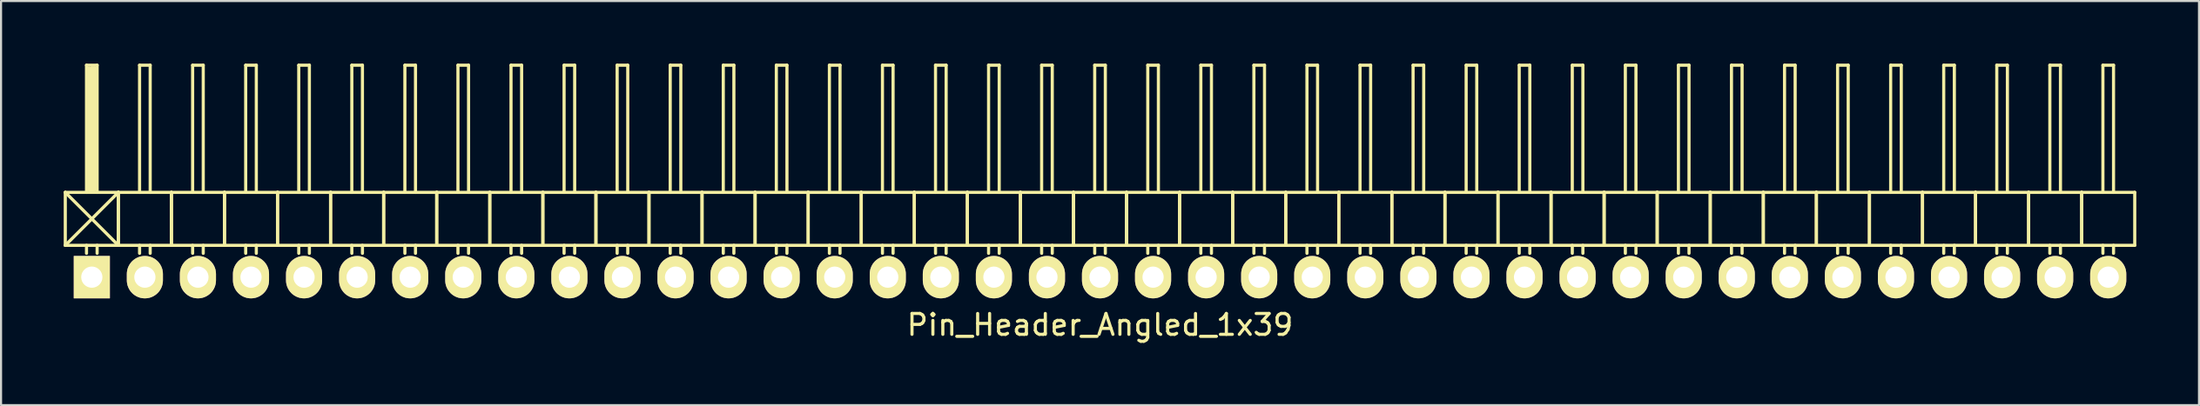
<source format=kicad_pcb>
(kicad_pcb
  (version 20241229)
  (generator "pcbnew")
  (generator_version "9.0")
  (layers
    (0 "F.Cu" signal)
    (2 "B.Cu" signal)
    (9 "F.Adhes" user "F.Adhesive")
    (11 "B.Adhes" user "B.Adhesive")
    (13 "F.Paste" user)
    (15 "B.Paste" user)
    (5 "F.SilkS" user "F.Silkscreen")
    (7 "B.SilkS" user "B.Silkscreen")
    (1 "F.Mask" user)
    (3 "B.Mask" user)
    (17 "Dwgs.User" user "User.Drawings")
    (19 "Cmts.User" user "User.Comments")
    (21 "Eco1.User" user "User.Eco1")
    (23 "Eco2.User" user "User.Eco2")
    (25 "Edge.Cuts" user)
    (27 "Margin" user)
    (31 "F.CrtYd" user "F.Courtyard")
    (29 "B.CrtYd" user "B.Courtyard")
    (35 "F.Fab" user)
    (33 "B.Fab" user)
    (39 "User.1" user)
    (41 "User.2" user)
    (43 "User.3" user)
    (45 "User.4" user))
  (footprint "Pin_Header_Angled_1x39"
    (layer "F.Cu")
    (at 49.605 10.235)
    (property "Reference" "Pin_Header_Angled_1x39" (at 0 2.286 0) (layer "F.SilkS") (effects (font (size 1 1) (thickness 0.15))))
    (attr through_hole)
    (fp_line (start -49.53 -4.064) (end -46.99 -1.524) (stroke (width 0.15) (type solid)) (layer "F.SilkS"))
    (fp_line (start -49.53 -1.524) (end -49.53 -4.064) (stroke (width 0.15) (type solid)) (layer "F.SilkS"))
    (fp_line (start -49.53 -1.524) (end -46.99 -1.524) (stroke (width 0.15) (type solid)) (layer "F.SilkS"))
    (fp_line (start -48.514 -10.16) (end -48.006 -10.16) (stroke (width 0.15) (type solid)) (layer "F.SilkS"))
    (fp_line (start -48.514 -4.064) (end -48.514 -10.16) (stroke (width 0.15) (type solid)) (layer "F.SilkS"))
    (fp_line (start -48.514 -1.524) (end -48.514 -1.143) (stroke (width 0.15) (type solid)) (layer "F.SilkS"))
    (fp_line (start -48.387 -10.033) (end -48.387 -4.191) (stroke (width 0.15) (type solid)) (layer "F.SilkS"))
    (fp_line (start -48.387 -4.191) (end -48.133 -4.191) (stroke (width 0.15) (type solid)) (layer "F.SilkS"))
    (fp_line (start -48.26 -10.033) (end -48.26 -4.191) (stroke (width 0.15) (type solid)) (layer "F.SilkS"))
    (fp_line (start -48.133 -10.033) (end -48.26 -10.033) (stroke (width 0.15) (type solid)) (layer "F.SilkS"))
    (fp_line (start -48.133 -4.191) (end -48.133 -10.033) (stroke (width 0.15) (type solid)) (layer "F.SilkS"))
    (fp_line (start -48.006 -10.16) (end -48.006 -4.064) (stroke (width 0.15) (type solid)) (layer "F.SilkS"))
    (fp_line (start -48.006 -1.524) (end -48.006 -1.143) (stroke (width 0.15) (type solid)) (layer "F.SilkS"))
    (fp_line (start -46.99 -4.064) (end -49.53 -4.064) (stroke (width 0.15) (type solid)) (layer "F.SilkS"))
    (fp_line (start -46.99 -4.064) (end -49.53 -1.524) (stroke (width 0.15) (type solid)) (layer "F.SilkS"))
    (fp_line (start -46.99 -1.524) (end -46.99 -4.064) (stroke (width 0.15) (type solid)) (layer "F.SilkS"))
    (fp_line (start -46.99 -1.524) (end -46.99 -4.064) (stroke (width 0.15) (type solid)) (layer "F.SilkS"))
    (fp_line (start -46.99 -1.524) (end -44.45 -1.524) (stroke (width 0.15) (type solid)) (layer "F.SilkS"))
    (fp_line (start -45.974 -10.16) (end -45.466 -10.16) (stroke (width 0.15) (type solid)) (layer "F.SilkS"))
    (fp_line (start -45.974 -4.064) (end -45.974 -10.16) (stroke (width 0.15) (type solid)) (layer "F.SilkS"))
    (fp_line (start -45.974 -1.524) (end -45.974 -1.143) (stroke (width 0.15) (type solid)) (layer "F.SilkS"))
    (fp_line (start -45.466 -10.16) (end -45.466 -4.064) (stroke (width 0.15) (type solid)) (layer "F.SilkS"))
    (fp_line (start -45.466 -1.524) (end -45.466 -1.143) (stroke (width 0.15) (type solid)) (layer "F.SilkS"))
    (fp_line (start -44.45 -4.064) (end -46.99 -4.064) (stroke (width 0.15) (type solid)) (layer "F.SilkS"))
    (fp_line (start -44.45 -1.524) (end -44.45 -4.064) (stroke (width 0.15) (type solid)) (layer "F.SilkS"))
    (fp_line (start -44.45 -1.524) (end -44.45 -4.064) (stroke (width 0.15) (type solid)) (layer "F.SilkS"))
    (fp_line (start -44.45 -1.524) (end -41.91 -1.524) (stroke (width 0.15) (type solid)) (layer "F.SilkS"))
    (fp_line (start -43.434 -10.16) (end -42.926 -10.16) (stroke (width 0.15) (type solid)) (layer "F.SilkS"))
    (fp_line (start -43.434 -4.064) (end -43.434 -10.16) (stroke (width 0.15) (type solid)) (layer "F.SilkS"))
    (fp_line (start -43.434 -1.524) (end -43.434 -1.143) (stroke (width 0.15) (type solid)) (layer "F.SilkS"))
    (fp_line (start -42.926 -10.16) (end -42.926 -4.064) (stroke (width 0.15) (type solid)) (layer "F.SilkS"))
    (fp_line (start -42.926 -1.524) (end -42.926 -1.143) (stroke (width 0.15) (type solid)) (layer "F.SilkS"))
    (fp_line (start -41.91 -4.064) (end -44.45 -4.064) (stroke (width 0.15) (type solid)) (layer "F.SilkS"))
    (fp_line (start -41.91 -1.524) (end -41.91 -4.064) (stroke (width 0.15) (type solid)) (layer "F.SilkS"))
    (fp_line (start -41.91 -1.524) (end -41.91 -4.064) (stroke (width 0.15) (type solid)) (layer "F.SilkS"))
    (fp_line (start -41.91 -1.524) (end -39.37 -1.524) (stroke (width 0.15) (type solid)) (layer "F.SilkS"))
    (fp_line (start -40.894 -10.16) (end -40.386 -10.16) (stroke (width 0.15) (type solid)) (layer "F.SilkS"))
    (fp_line (start -40.894 -4.064) (end -40.894 -10.16) (stroke (width 0.15) (type solid)) (layer "F.SilkS"))
    (fp_line (start -40.894 -1.524) (end -40.894 -1.143) (stroke (width 0.15) (type solid)) (layer "F.SilkS"))
    (fp_line (start -40.386 -10.16) (end -40.386 -4.064) (stroke (width 0.15) (type solid)) (layer "F.SilkS"))
    (fp_line (start -40.386 -1.524) (end -40.386 -1.143) (stroke (width 0.15) (type solid)) (layer "F.SilkS"))
    (fp_line (start -39.37 -4.064) (end -41.91 -4.064) (stroke (width 0.15) (type solid)) (layer "F.SilkS"))
    (fp_line (start -39.37 -1.524) (end -39.37 -4.064) (stroke (width 0.15) (type solid)) (layer "F.SilkS"))
    (fp_line (start -39.37 -1.524) (end -39.37 -4.064) (stroke (width 0.15) (type solid)) (layer "F.SilkS"))
    (fp_line (start -39.37 -1.524) (end -36.83 -1.524) (stroke (width 0.15) (type solid)) (layer "F.SilkS"))
    (fp_line (start -38.354 -10.16) (end -37.846 -10.16) (stroke (width 0.15) (type solid)) (layer "F.SilkS"))
    (fp_line (start -38.354 -4.064) (end -38.354 -10.16) (stroke (width 0.15) (type solid)) (layer "F.SilkS"))
    (fp_line (start -38.354 -1.524) (end -38.354 -1.143) (stroke (width 0.15) (type solid)) (layer "F.SilkS"))
    (fp_line (start -37.846 -10.16) (end -37.846 -4.064) (stroke (width 0.15) (type solid)) (layer "F.SilkS"))
    (fp_line (start -37.846 -1.524) (end -37.846 -1.143) (stroke (width 0.15) (type solid)) (layer "F.SilkS"))
    (fp_line (start -36.83 -4.064) (end -39.37 -4.064) (stroke (width 0.15) (type solid)) (layer "F.SilkS"))
    (fp_line (start -36.83 -1.524) (end -36.83 -4.064) (stroke (width 0.15) (type solid)) (layer "F.SilkS"))
    (fp_line (start -36.83 -1.524) (end -36.83 -4.064) (stroke (width 0.15) (type solid)) (layer "F.SilkS"))
    (fp_line (start -36.83 -1.524) (end -34.29 -1.524) (stroke (width 0.15) (type solid)) (layer "F.SilkS"))
    (fp_line (start -35.814 -10.16) (end -35.306 -10.16) (stroke (width 0.15) (type solid)) (layer "F.SilkS"))
    (fp_line (start -35.814 -4.064) (end -35.814 -10.16) (stroke (width 0.15) (type solid)) (layer "F.SilkS"))
    (fp_line (start -35.814 -1.524) (end -35.814 -1.143) (stroke (width 0.15) (type solid)) (layer "F.SilkS"))
    (fp_line (start -35.306 -10.16) (end -35.306 -4.064) (stroke (width 0.15) (type solid)) (layer "F.SilkS"))
    (fp_line (start -35.306 -1.524) (end -35.306 -1.143) (stroke (width 0.15) (type solid)) (layer "F.SilkS"))
    (fp_line (start -34.29 -4.064) (end -36.83 -4.064) (stroke (width 0.15) (type solid)) (layer "F.SilkS"))
    (fp_line (start -34.29 -1.524) (end -34.29 -4.064) (stroke (width 0.15) (type solid)) (layer "F.SilkS"))
    (fp_line (start -34.29 -1.524) (end -34.29 -4.064) (stroke (width 0.15) (type solid)) (layer "F.SilkS"))
    (fp_line (start -34.29 -1.524) (end -31.75 -1.524) (stroke (width 0.15) (type solid)) (layer "F.SilkS"))
    (fp_line (start -33.274 -10.16) (end -32.766 -10.16) (stroke (width 0.15) (type solid)) (layer "F.SilkS"))
    (fp_line (start -33.274 -4.064) (end -33.274 -10.16) (stroke (width 0.15) (type solid)) (layer "F.SilkS"))
    (fp_line (start -33.274 -1.524) (end -33.274 -1.143) (stroke (width 0.15) (type solid)) (layer "F.SilkS"))
    (fp_line (start -32.766 -10.16) (end -32.766 -4.064) (stroke (width 0.15) (type solid)) (layer "F.SilkS"))
    (fp_line (start -32.766 -1.524) (end -32.766 -1.143) (stroke (width 0.15) (type solid)) (layer "F.SilkS"))
    (fp_line (start -31.75 -4.064) (end -34.29 -4.064) (stroke (width 0.15) (type solid)) (layer "F.SilkS"))
    (fp_line (start -31.75 -1.524) (end -31.75 -4.064) (stroke (width 0.15) (type solid)) (layer "F.SilkS"))
    (fp_line (start -31.75 -1.524) (end -31.75 -4.064) (stroke (width 0.15) (type solid)) (layer "F.SilkS"))
    (fp_line (start -31.75 -1.524) (end -29.21 -1.524) (stroke (width 0.15) (type solid)) (layer "F.SilkS"))
    (fp_line (start -30.734 -10.16) (end -30.226 -10.16) (stroke (width 0.15) (type solid)) (layer "F.SilkS"))
    (fp_line (start -30.734 -4.064) (end -30.734 -10.16) (stroke (width 0.15) (type solid)) (layer "F.SilkS"))
    (fp_line (start -30.734 -1.524) (end -30.734 -1.143) (stroke (width 0.15) (type solid)) (layer "F.SilkS"))
    (fp_line (start -30.226 -10.16) (end -30.226 -4.064) (stroke (width 0.15) (type solid)) (layer "F.SilkS"))
    (fp_line (start -30.226 -1.524) (end -30.226 -1.143) (stroke (width 0.15) (type solid)) (layer "F.SilkS"))
    (fp_line (start -29.21 -4.064) (end -31.75 -4.064) (stroke (width 0.15) (type solid)) (layer "F.SilkS"))
    (fp_line (start -29.21 -1.524) (end -29.21 -4.064) (stroke (width 0.15) (type solid)) (layer "F.SilkS"))
    (fp_line (start -29.21 -1.524) (end -29.21 -4.064) (stroke (width 0.15) (type solid)) (layer "F.SilkS"))
    (fp_line (start -29.21 -1.524) (end -26.67 -1.524) (stroke (width 0.15) (type solid)) (layer "F.SilkS"))
    (fp_line (start -28.194 -10.16) (end -27.686 -10.16) (stroke (width 0.15) (type solid)) (layer "F.SilkS"))
    (fp_line (start -28.194 -4.064) (end -28.194 -10.16) (stroke (width 0.15) (type solid)) (layer "F.SilkS"))
    (fp_line (start -28.194 -1.524) (end -28.194 -1.143) (stroke (width 0.15) (type solid)) (layer "F.SilkS"))
    (fp_line (start -27.686 -10.16) (end -27.686 -4.064) (stroke (width 0.15) (type solid)) (layer "F.SilkS"))
    (fp_line (start -27.686 -1.524) (end -27.686 -1.143) (stroke (width 0.15) (type solid)) (layer "F.SilkS"))
    (fp_line (start -26.67 -4.064) (end -29.21 -4.064) (stroke (width 0.15) (type solid)) (layer "F.SilkS"))
    (fp_line (start -26.67 -1.524) (end -26.67 -4.064) (stroke (width 0.15) (type solid)) (layer "F.SilkS"))
    (fp_line (start -26.67 -1.524) (end -26.67 -4.064) (stroke (width 0.15) (type solid)) (layer "F.SilkS"))
    (fp_line (start -26.67 -1.524) (end -24.13 -1.524) (stroke (width 0.15) (type solid)) (layer "F.SilkS"))
    (fp_line (start -25.654 -10.16) (end -25.146 -10.16) (stroke (width 0.15) (type solid)) (layer "F.SilkS"))
    (fp_line (start -25.654 -4.064) (end -25.654 -10.16) (stroke (width 0.15) (type solid)) (layer "F.SilkS"))
    (fp_line (start -25.654 -1.524) (end -25.654 -1.143) (stroke (width 0.15) (type solid)) (layer "F.SilkS"))
    (fp_line (start -25.146 -10.16) (end -25.146 -4.064) (stroke (width 0.15) (type solid)) (layer "F.SilkS"))
    (fp_line (start -25.146 -1.524) (end -25.146 -1.143) (stroke (width 0.15) (type solid)) (layer "F.SilkS"))
    (fp_line (start -24.13 -4.064) (end -26.67 -4.064) (stroke (width 0.15) (type solid)) (layer "F.SilkS"))
    (fp_line (start -24.13 -1.524) (end -24.13 -4.064) (stroke (width 0.15) (type solid)) (layer "F.SilkS"))
    (fp_line (start -24.13 -1.524) (end -24.13 -4.064) (stroke (width 0.15) (type solid)) (layer "F.SilkS"))
    (fp_line (start -24.13 -1.524) (end -21.59 -1.524) (stroke (width 0.15) (type solid)) (layer "F.SilkS"))
    (fp_line (start -23.114 -10.16) (end -22.606 -10.16) (stroke (width 0.15) (type solid)) (layer "F.SilkS"))
    (fp_line (start -23.114 -4.064) (end -23.114 -10.16) (stroke (width 0.15) (type solid)) (layer "F.SilkS"))
    (fp_line (start -23.114 -1.524) (end -23.114 -1.143) (stroke (width 0.15) (type solid)) (layer "F.SilkS"))
    (fp_line (start -22.606 -10.16) (end -22.606 -4.064) (stroke (width 0.15) (type solid)) (layer "F.SilkS"))
    (fp_line (start -22.606 -1.524) (end -22.606 -1.143) (stroke (width 0.15) (type solid)) (layer "F.SilkS"))
    (fp_line (start -21.59 -4.064) (end -24.13 -4.064) (stroke (width 0.15) (type solid)) (layer "F.SilkS"))
    (fp_line (start -21.59 -1.524) (end -21.59 -4.064) (stroke (width 0.15) (type solid)) (layer "F.SilkS"))
    (fp_line (start -21.59 -1.524) (end -21.59 -4.064) (stroke (width 0.15) (type solid)) (layer "F.SilkS"))
    (fp_line (start -21.59 -1.524) (end -19.05 -1.524) (stroke (width 0.15) (type solid)) (layer "F.SilkS"))
    (fp_line (start -20.574 -10.16) (end -20.066 -10.16) (stroke (width 0.15) (type solid)) (layer "F.SilkS"))
    (fp_line (start -20.574 -4.064) (end -20.574 -10.16) (stroke (width 0.15) (type solid)) (layer "F.SilkS"))
    (fp_line (start -20.574 -1.524) (end -20.574 -1.143) (stroke (width 0.15) (type solid)) (layer "F.SilkS"))
    (fp_line (start -20.066 -10.16) (end -20.066 -4.064) (stroke (width 0.15) (type solid)) (layer "F.SilkS"))
    (fp_line (start -20.066 -1.524) (end -20.066 -1.143) (stroke (width 0.15) (type solid)) (layer "F.SilkS"))
    (fp_line (start -19.05 -4.064) (end -21.59 -4.064) (stroke (width 0.15) (type solid)) (layer "F.SilkS"))
    (fp_line (start -19.05 -1.524) (end -19.05 -4.064) (stroke (width 0.15) (type solid)) (layer "F.SilkS"))
    (fp_line (start -19.05 -1.524) (end -19.05 -4.064) (stroke (width 0.15) (type solid)) (layer "F.SilkS"))
    (fp_line (start -19.05 -1.524) (end -16.51 -1.524) (stroke (width 0.15) (type solid)) (layer "F.SilkS"))
    (fp_line (start -18.034 -10.16) (end -17.526 -10.16) (stroke (width 0.15) (type solid)) (layer "F.SilkS"))
    (fp_line (start -18.034 -4.064) (end -18.034 -10.16) (stroke (width 0.15) (type solid)) (layer "F.SilkS"))
    (fp_line (start -18.034 -1.524) (end -18.034 -1.143) (stroke (width 0.15) (type solid)) (layer "F.SilkS"))
    (fp_line (start -17.526 -10.16) (end -17.526 -4.064) (stroke (width 0.15) (type solid)) (layer "F.SilkS"))
    (fp_line (start -17.526 -1.524) (end -17.526 -1.143) (stroke (width 0.15) (type solid)) (layer "F.SilkS"))
    (fp_line (start -16.51 -4.064) (end -19.05 -4.064) (stroke (width 0.15) (type solid)) (layer "F.SilkS"))
    (fp_line (start -16.51 -1.524) (end -16.51 -4.064) (stroke (width 0.15) (type solid)) (layer "F.SilkS"))
    (fp_line (start -16.51 -1.524) (end -16.51 -4.064) (stroke (width 0.15) (type solid)) (layer "F.SilkS"))
    (fp_line (start -16.51 -1.524) (end -13.97 -1.524) (stroke (width 0.15) (type solid)) (layer "F.SilkS"))
    (fp_line (start -15.494 -10.16) (end -14.986 -10.16) (stroke (width 0.15) (type solid)) (layer "F.SilkS"))
    (fp_line (start -15.494 -4.064) (end -15.494 -10.16) (stroke (width 0.15) (type solid)) (layer "F.SilkS"))
    (fp_line (start -15.494 -1.524) (end -15.494 -1.143) (stroke (width 0.15) (type solid)) (layer "F.SilkS"))
    (fp_line (start -14.986 -10.16) (end -14.986 -4.064) (stroke (width 0.15) (type solid)) (layer "F.SilkS"))
    (fp_line (start -14.986 -1.524) (end -14.986 -1.143) (stroke (width 0.15) (type solid)) (layer "F.SilkS"))
    (fp_line (start -13.97 -4.064) (end -16.51 -4.064) (stroke (width 0.15) (type solid)) (layer "F.SilkS"))
    (fp_line (start -13.97 -1.524) (end -13.97 -4.064) (stroke (width 0.15) (type solid)) (layer "F.SilkS"))
    (fp_line (start -13.97 -1.524) (end -13.97 -4.064) (stroke (width 0.15) (type solid)) (layer "F.SilkS"))
    (fp_line (start -13.97 -1.524) (end -11.43 -1.524) (stroke (width 0.15) (type solid)) (layer "F.SilkS"))
    (fp_line (start -12.954 -10.16) (end -12.446 -10.16) (stroke (width 0.15) (type solid)) (layer "F.SilkS"))
    (fp_line (start -12.954 -4.064) (end -12.954 -10.16) (stroke (width 0.15) (type solid)) (layer "F.SilkS"))
    (fp_line (start -12.954 -1.524) (end -12.954 -1.143) (stroke (width 0.15) (type solid)) (layer "F.SilkS"))
    (fp_line (start -12.446 -10.16) (end -12.446 -4.064) (stroke (width 0.15) (type solid)) (layer "F.SilkS"))
    (fp_line (start -12.446 -1.524) (end -12.446 -1.143) (stroke (width 0.15) (type solid)) (layer "F.SilkS"))
    (fp_line (start -11.43 -4.064) (end -13.97 -4.064) (stroke (width 0.15) (type solid)) (layer "F.SilkS"))
    (fp_line (start -11.43 -1.524) (end -11.43 -4.064) (stroke (width 0.15) (type solid)) (layer "F.SilkS"))
    (fp_line (start -11.43 -1.524) (end -11.43 -4.064) (stroke (width 0.15) (type solid)) (layer "F.SilkS"))
    (fp_line (start -11.43 -1.524) (end -8.89 -1.524) (stroke (width 0.15) (type solid)) (layer "F.SilkS"))
    (fp_line (start -10.414 -10.16) (end -9.906 -10.16) (stroke (width 0.15) (type solid)) (layer "F.SilkS"))
    (fp_line (start -10.414 -4.064) (end -10.414 -10.16) (stroke (width 0.15) (type solid)) (layer "F.SilkS"))
    (fp_line (start -10.414 -1.524) (end -10.414 -1.143) (stroke (width 0.15) (type solid)) (layer "F.SilkS"))
    (fp_line (start -9.906 -10.16) (end -9.906 -4.064) (stroke (width 0.15) (type solid)) (layer "F.SilkS"))
    (fp_line (start -9.906 -1.524) (end -9.906 -1.143) (stroke (width 0.15) (type solid)) (layer "F.SilkS"))
    (fp_line (start -8.89 -4.064) (end -11.43 -4.064) (stroke (width 0.15) (type solid)) (layer "F.SilkS"))
    (fp_line (start -8.89 -1.524) (end -8.89 -4.064) (stroke (width 0.15) (type solid)) (layer "F.SilkS"))
    (fp_line (start -8.89 -1.524) (end -8.89 -4.064) (stroke (width 0.15) (type solid)) (layer "F.SilkS"))
    (fp_line (start -8.89 -1.524) (end -6.35 -1.524) (stroke (width 0.15) (type solid)) (layer "F.SilkS"))
    (fp_line (start -7.874 -10.16) (end -7.366 -10.16) (stroke (width 0.15) (type solid)) (layer "F.SilkS"))
    (fp_line (start -7.874 -4.064) (end -7.874 -10.16) (stroke (width 0.15) (type solid)) (layer "F.SilkS"))
    (fp_line (start -7.874 -1.524) (end -7.874 -1.143) (stroke (width 0.15) (type solid)) (layer "F.SilkS"))
    (fp_line (start -7.366 -10.16) (end -7.366 -4.064) (stroke (width 0.15) (type solid)) (layer "F.SilkS"))
    (fp_line (start -7.366 -1.524) (end -7.366 -1.143) (stroke (width 0.15) (type solid)) (layer "F.SilkS"))
    (fp_line (start -6.35 -4.064) (end -8.89 -4.064) (stroke (width 0.15) (type solid)) (layer "F.SilkS"))
    (fp_line (start -6.35 -1.524) (end -6.35 -4.064) (stroke (width 0.15) (type solid)) (layer "F.SilkS"))
    (fp_line (start -6.35 -1.524) (end -6.35 -4.064) (stroke (width 0.15) (type solid)) (layer "F.SilkS"))
    (fp_line (start -6.35 -1.524) (end -3.81 -1.524) (stroke (width 0.15) (type solid)) (layer "F.SilkS"))
    (fp_line (start -5.334 -10.16) (end -4.826 -10.16) (stroke (width 0.15) (type solid)) (layer "F.SilkS"))
    (fp_line (start -5.334 -4.064) (end -5.334 -10.16) (stroke (width 0.15) (type solid)) (layer "F.SilkS"))
    (fp_line (start -5.334 -1.524) (end -5.334 -1.143) (stroke (width 0.15) (type solid)) (layer "F.SilkS"))
    (fp_line (start -4.826 -10.16) (end -4.826 -4.064) (stroke (width 0.15) (type solid)) (layer "F.SilkS"))
    (fp_line (start -4.826 -1.524) (end -4.826 -1.143) (stroke (width 0.15) (type solid)) (layer "F.SilkS"))
    (fp_line (start -3.81 -4.064) (end -6.35 -4.064) (stroke (width 0.15) (type solid)) (layer "F.SilkS"))
    (fp_line (start -3.81 -1.524) (end -3.81 -4.064) (stroke (width 0.15) (type solid)) (layer "F.SilkS"))
    (fp_line (start -3.81 -1.524) (end -3.81 -4.064) (stroke (width 0.15) (type solid)) (layer "F.SilkS"))
    (fp_line (start -3.81 -1.524) (end -1.27 -1.524) (stroke (width 0.15) (type solid)) (layer "F.SilkS"))
    (fp_line (start -2.794 -10.16) (end -2.286 -10.16) (stroke (width 0.15) (type solid)) (layer "F.SilkS"))
    (fp_line (start -2.794 -4.064) (end -2.794 -10.16) (stroke (width 0.15) (type solid)) (layer "F.SilkS"))
    (fp_line (start -2.794 -1.524) (end -2.794 -1.143) (stroke (width 0.15) (type solid)) (layer "F.SilkS"))
    (fp_line (start -2.286 -10.16) (end -2.286 -4.064) (stroke (width 0.15) (type solid)) (layer "F.SilkS"))
    (fp_line (start -2.286 -1.524) (end -2.286 -1.143) (stroke (width 0.15) (type solid)) (layer "F.SilkS"))
    (fp_line (start -1.27 -4.064) (end -3.81 -4.064) (stroke (width 0.15) (type solid)) (layer "F.SilkS"))
    (fp_line (start -1.27 -1.524) (end -1.27 -4.064) (stroke (width 0.15) (type solid)) (layer "F.SilkS"))
    (fp_line (start -1.27 -1.524) (end -1.27 -4.064) (stroke (width 0.15) (type solid)) (layer "F.SilkS"))
    (fp_line (start -1.27 -1.524) (end 1.27 -1.524) (stroke (width 0.15) (type solid)) (layer "F.SilkS"))
    (fp_line (start -0.254 -10.16) (end 0.254 -10.16) (stroke (width 0.15) (type solid)) (layer "F.SilkS"))
    (fp_line (start -0.254 -4.064) (end -0.254 -10.16) (stroke (width 0.15) (type solid)) (layer "F.SilkS"))
    (fp_line (start -0.254 -1.524) (end -0.254 -1.143) (stroke (width 0.15) (type solid)) (layer "F.SilkS"))
    (fp_line (start 0.254 -10.16) (end 0.254 -4.064) (stroke (width 0.15) (type solid)) (layer "F.SilkS"))
    (fp_line (start 0.254 -1.524) (end 0.254 -1.143) (stroke (width 0.15) (type solid)) (layer "F.SilkS"))
    (fp_line (start 1.27 -4.064) (end -1.27 -4.064) (stroke (width 0.15) (type solid)) (layer "F.SilkS"))
    (fp_line (start 1.27 -1.524) (end 1.27 -4.064) (stroke (width 0.15) (type solid)) (layer "F.SilkS"))
    (fp_line (start 1.27 -1.524) (end 1.27 -4.064) (stroke (width 0.15) (type solid)) (layer "F.SilkS"))
    (fp_line (start 1.27 -1.524) (end 3.81 -1.524) (stroke (width 0.15) (type solid)) (layer "F.SilkS"))
    (fp_line (start 2.286 -10.16) (end 2.794 -10.16) (stroke (width 0.15) (type solid)) (layer "F.SilkS"))
    (fp_line (start 2.286 -4.064) (end 2.286 -10.16) (stroke (width 0.15) (type solid)) (layer "F.SilkS"))
    (fp_line (start 2.286 -1.524) (end 2.286 -1.143) (stroke (width 0.15) (type solid)) (layer "F.SilkS"))
    (fp_line (start 2.794 -10.16) (end 2.794 -4.064) (stroke (width 0.15) (type solid)) (layer "F.SilkS"))
    (fp_line (start 2.794 -1.524) (end 2.794 -1.143) (stroke (width 0.15) (type solid)) (layer "F.SilkS"))
    (fp_line (start 3.81 -4.064) (end 1.27 -4.064) (stroke (width 0.15) (type solid)) (layer "F.SilkS"))
    (fp_line (start 3.81 -1.524) (end 3.81 -4.064) (stroke (width 0.15) (type solid)) (layer "F.SilkS"))
    (fp_line (start 3.81 -1.524) (end 3.81 -4.064) (stroke (width 0.15) (type solid)) (layer "F.SilkS"))
    (fp_line (start 3.81 -1.524) (end 6.35 -1.524) (stroke (width 0.15) (type solid)) (layer "F.SilkS"))
    (fp_line (start 4.826 -10.16) (end 5.334 -10.16) (stroke (width 0.15) (type solid)) (layer "F.SilkS"))
    (fp_line (start 4.826 -4.064) (end 4.826 -10.16) (stroke (width 0.15) (type solid)) (layer "F.SilkS"))
    (fp_line (start 4.826 -1.524) (end 4.826 -1.143) (stroke (width 0.15) (type solid)) (layer "F.SilkS"))
    (fp_line (start 5.334 -10.16) (end 5.334 -4.064) (stroke (width 0.15) (type solid)) (layer "F.SilkS"))
    (fp_line (start 5.334 -1.524) (end 5.334 -1.143) (stroke (width 0.15) (type solid)) (layer "F.SilkS"))
    (fp_line (start 6.35 -4.064) (end 3.81 -4.064) (stroke (width 0.15) (type solid)) (layer "F.SilkS"))
    (fp_line (start 6.35 -1.524) (end 6.35 -4.064) (stroke (width 0.15) (type solid)) (layer "F.SilkS"))
    (fp_line (start 6.35 -1.524) (end 6.35 -4.064) (stroke (width 0.15) (type solid)) (layer "F.SilkS"))
    (fp_line (start 6.35 -1.524) (end 8.89 -1.524) (stroke (width 0.15) (type solid)) (layer "F.SilkS"))
    (fp_line (start 7.366 -10.16) (end 7.874 -10.16) (stroke (width 0.15) (type solid)) (layer "F.SilkS"))
    (fp_line (start 7.366 -4.064) (end 7.366 -10.16) (stroke (width 0.15) (type solid)) (layer "F.SilkS"))
    (fp_line (start 7.366 -1.524) (end 7.366 -1.143) (stroke (width 0.15) (type solid)) (layer "F.SilkS"))
    (fp_line (start 7.874 -10.16) (end 7.874 -4.064) (stroke (width 0.15) (type solid)) (layer "F.SilkS"))
    (fp_line (start 7.874 -1.524) (end 7.874 -1.143) (stroke (width 0.15) (type solid)) (layer "F.SilkS"))
    (fp_line (start 8.89 -4.064) (end 6.35 -4.064) (stroke (width 0.15) (type solid)) (layer "F.SilkS"))
    (fp_line (start 8.89 -1.524) (end 8.89 -4.064) (stroke (width 0.15) (type solid)) (layer "F.SilkS"))
    (fp_line (start 8.89 -1.524) (end 8.89 -4.064) (stroke (width 0.15) (type solid)) (layer "F.SilkS"))
    (fp_line (start 8.89 -1.524) (end 11.43 -1.524) (stroke (width 0.15) (type solid)) (layer "F.SilkS"))
    (fp_line (start 9.906 -10.16) (end 10.414 -10.16) (stroke (width 0.15) (type solid)) (layer "F.SilkS"))
    (fp_line (start 9.906 -4.064) (end 9.906 -10.16) (stroke (width 0.15) (type solid)) (layer "F.SilkS"))
    (fp_line (start 9.906 -1.524) (end 9.906 -1.143) (stroke (width 0.15) (type solid)) (layer "F.SilkS"))
    (fp_line (start 10.414 -10.16) (end 10.414 -4.064) (stroke (width 0.15) (type solid)) (layer "F.SilkS"))
    (fp_line (start 10.414 -1.524) (end 10.414 -1.143) (stroke (width 0.15) (type solid)) (layer "F.SilkS"))
    (fp_line (start 11.43 -4.064) (end 8.89 -4.064) (stroke (width 0.15) (type solid)) (layer "F.SilkS"))
    (fp_line (start 11.43 -1.524) (end 11.43 -4.064) (stroke (width 0.15) (type solid)) (layer "F.SilkS"))
    (fp_line (start 11.43 -1.524) (end 11.43 -4.064) (stroke (width 0.15) (type solid)) (layer "F.SilkS"))
    (fp_line (start 11.43 -1.524) (end 13.97 -1.524) (stroke (width 0.15) (type solid)) (layer "F.SilkS"))
    (fp_line (start 12.446 -10.16) (end 12.954 -10.16) (stroke (width 0.15) (type solid)) (layer "F.SilkS"))
    (fp_line (start 12.446 -4.064) (end 12.446 -10.16) (stroke (width 0.15) (type solid)) (layer "F.SilkS"))
    (fp_line (start 12.446 -1.524) (end 12.446 -1.143) (stroke (width 0.15) (type solid)) (layer "F.SilkS"))
    (fp_line (start 12.954 -10.16) (end 12.954 -4.064) (stroke (width 0.15) (type solid)) (layer "F.SilkS"))
    (fp_line (start 12.954 -1.524) (end 12.954 -1.143) (stroke (width 0.15) (type solid)) (layer "F.SilkS"))
    (fp_line (start 13.97 -4.064) (end 11.43 -4.064) (stroke (width 0.15) (type solid)) (layer "F.SilkS"))
    (fp_line (start 13.97 -1.524) (end 13.97 -4.064) (stroke (width 0.15) (type solid)) (layer "F.SilkS"))
    (fp_line (start 13.97 -1.524) (end 13.97 -4.064) (stroke (width 0.15) (type solid)) (layer "F.SilkS"))
    (fp_line (start 13.97 -1.524) (end 16.51 -1.524) (stroke (width 0.15) (type solid)) (layer "F.SilkS"))
    (fp_line (start 14.986 -10.16) (end 15.494 -10.16) (stroke (width 0.15) (type solid)) (layer "F.SilkS"))
    (fp_line (start 14.986 -4.064) (end 14.986 -10.16) (stroke (width 0.15) (type solid)) (layer "F.SilkS"))
    (fp_line (start 14.986 -1.524) (end 14.986 -1.143) (stroke (width 0.15) (type solid)) (layer "F.SilkS"))
    (fp_line (start 15.494 -10.16) (end 15.494 -4.064) (stroke (width 0.15) (type solid)) (layer "F.SilkS"))
    (fp_line (start 15.494 -1.524) (end 15.494 -1.143) (stroke (width 0.15) (type solid)) (layer "F.SilkS"))
    (fp_line (start 16.51 -4.064) (end 13.97 -4.064) (stroke (width 0.15) (type solid)) (layer "F.SilkS"))
    (fp_line (start 16.51 -1.524) (end 16.51 -4.064) (stroke (width 0.15) (type solid)) (layer "F.SilkS"))
    (fp_line (start 16.51 -1.524) (end 16.51 -4.064) (stroke (width 0.15) (type solid)) (layer "F.SilkS"))
    (fp_line (start 16.51 -1.524) (end 19.05 -1.524) (stroke (width 0.15) (type solid)) (layer "F.SilkS"))
    (fp_line (start 17.526 -10.16) (end 18.034 -10.16) (stroke (width 0.15) (type solid)) (layer "F.SilkS"))
    (fp_line (start 17.526 -4.064) (end 17.526 -10.16) (stroke (width 0.15) (type solid)) (layer "F.SilkS"))
    (fp_line (start 17.526 -1.524) (end 17.526 -1.143) (stroke (width 0.15) (type solid)) (layer "F.SilkS"))
    (fp_line (start 18.034 -10.16) (end 18.034 -4.064) (stroke (width 0.15) (type solid)) (layer "F.SilkS"))
    (fp_line (start 18.034 -1.524) (end 18.034 -1.143) (stroke (width 0.15) (type solid)) (layer "F.SilkS"))
    (fp_line (start 19.05 -4.064) (end 16.51 -4.064) (stroke (width 0.15) (type solid)) (layer "F.SilkS"))
    (fp_line (start 19.05 -1.524) (end 19.05 -4.064) (stroke (width 0.15) (type solid)) (layer "F.SilkS"))
    (fp_line (start 19.05 -1.524) (end 19.05 -4.064) (stroke (width 0.15) (type solid)) (layer "F.SilkS"))
    (fp_line (start 19.05 -1.524) (end 21.59 -1.524) (stroke (width 0.15) (type solid)) (layer "F.SilkS"))
    (fp_line (start 20.066 -10.16) (end 20.574 -10.16) (stroke (width 0.15) (type solid)) (layer "F.SilkS"))
    (fp_line (start 20.066 -4.064) (end 20.066 -10.16) (stroke (width 0.15) (type solid)) (layer "F.SilkS"))
    (fp_line (start 20.066 -1.524) (end 20.066 -1.143) (stroke (width 0.15) (type solid)) (layer "F.SilkS"))
    (fp_line (start 20.574 -10.16) (end 20.574 -4.064) (stroke (width 0.15) (type solid)) (layer "F.SilkS"))
    (fp_line (start 20.574 -1.524) (end 20.574 -1.143) (stroke (width 0.15) (type solid)) (layer "F.SilkS"))
    (fp_line (start 21.59 -4.064) (end 19.05 -4.064) (stroke (width 0.15) (type solid)) (layer "F.SilkS"))
    (fp_line (start 21.59 -1.524) (end 21.59 -4.064) (stroke (width 0.15) (type solid)) (layer "F.SilkS"))
    (fp_line (start 21.59 -1.524) (end 21.59 -4.064) (stroke (width 0.15) (type solid)) (layer "F.SilkS"))
    (fp_line (start 21.59 -1.524) (end 24.13 -1.524) (stroke (width 0.15) (type solid)) (layer "F.SilkS"))
    (fp_line (start 22.606 -10.16) (end 23.114 -10.16) (stroke (width 0.15) (type solid)) (layer "F.SilkS"))
    (fp_line (start 22.606 -4.064) (end 22.606 -10.16) (stroke (width 0.15) (type solid)) (layer "F.SilkS"))
    (fp_line (start 22.606 -1.524) (end 22.606 -1.143) (stroke (width 0.15) (type solid)) (layer "F.SilkS"))
    (fp_line (start 23.114 -10.16) (end 23.114 -4.064) (stroke (width 0.15) (type solid)) (layer "F.SilkS"))
    (fp_line (start 23.114 -1.524) (end 23.114 -1.143) (stroke (width 0.15) (type solid)) (layer "F.SilkS"))
    (fp_line (start 24.13 -4.064) (end 21.59 -4.064) (stroke (width 0.15) (type solid)) (layer "F.SilkS"))
    (fp_line (start 24.13 -1.524) (end 24.13 -4.064) (stroke (width 0.15) (type solid)) (layer "F.SilkS"))
    (fp_line (start 24.13 -1.524) (end 24.13 -4.064) (stroke (width 0.15) (type solid)) (layer "F.SilkS"))
    (fp_line (start 24.13 -1.524) (end 26.67 -1.524) (stroke (width 0.15) (type solid)) (layer "F.SilkS"))
    (fp_line (start 25.146 -10.16) (end 25.654 -10.16) (stroke (width 0.15) (type solid)) (layer "F.SilkS"))
    (fp_line (start 25.146 -4.064) (end 25.146 -10.16) (stroke (width 0.15) (type solid)) (layer "F.SilkS"))
    (fp_line (start 25.146 -1.524) (end 25.146 -1.143) (stroke (width 0.15) (type solid)) (layer "F.SilkS"))
    (fp_line (start 25.654 -10.16) (end 25.654 -4.064) (stroke (width 0.15) (type solid)) (layer "F.SilkS"))
    (fp_line (start 25.654 -1.524) (end 25.654 -1.143) (stroke (width 0.15) (type solid)) (layer "F.SilkS"))
    (fp_line (start 26.67 -4.064) (end 24.13 -4.064) (stroke (width 0.15) (type solid)) (layer "F.SilkS"))
    (fp_line (start 26.67 -1.524) (end 26.67 -4.064) (stroke (width 0.15) (type solid)) (layer "F.SilkS"))
    (fp_line (start 26.67 -1.524) (end 26.67 -4.064) (stroke (width 0.15) (type solid)) (layer "F.SilkS"))
    (fp_line (start 26.67 -1.524) (end 29.21 -1.524) (stroke (width 0.15) (type solid)) (layer "F.SilkS"))
    (fp_line (start 27.686 -10.16) (end 28.194 -10.16) (stroke (width 0.15) (type solid)) (layer "F.SilkS"))
    (fp_line (start 27.686 -4.064) (end 27.686 -10.16) (stroke (width 0.15) (type solid)) (layer "F.SilkS"))
    (fp_line (start 27.686 -1.524) (end 27.686 -1.143) (stroke (width 0.15) (type solid)) (layer "F.SilkS"))
    (fp_line (start 28.194 -10.16) (end 28.194 -4.064) (stroke (width 0.15) (type solid)) (layer "F.SilkS"))
    (fp_line (start 28.194 -1.524) (end 28.194 -1.143) (stroke (width 0.15) (type solid)) (layer "F.SilkS"))
    (fp_line (start 29.21 -4.064) (end 26.67 -4.064) (stroke (width 0.15) (type solid)) (layer "F.SilkS"))
    (fp_line (start 29.21 -1.524) (end 29.21 -4.064) (stroke (width 0.15) (type solid)) (layer "F.SilkS"))
    (fp_line (start 29.21 -1.524) (end 29.21 -4.064) (stroke (width 0.15) (type solid)) (layer "F.SilkS"))
    (fp_line (start 29.21 -1.524) (end 31.75 -1.524) (stroke (width 0.15) (type solid)) (layer "F.SilkS"))
    (fp_line (start 30.226 -10.16) (end 30.734 -10.16) (stroke (width 0.15) (type solid)) (layer "F.SilkS"))
    (fp_line (start 30.226 -4.064) (end 30.226 -10.16) (stroke (width 0.15) (type solid)) (layer "F.SilkS"))
    (fp_line (start 30.226 -1.524) (end 30.226 -1.143) (stroke (width 0.15) (type solid)) (layer "F.SilkS"))
    (fp_line (start 30.734 -10.16) (end 30.734 -4.064) (stroke (width 0.15) (type solid)) (layer "F.SilkS"))
    (fp_line (start 30.734 -1.524) (end 30.734 -1.143) (stroke (width 0.15) (type solid)) (layer "F.SilkS"))
    (fp_line (start 31.75 -4.064) (end 29.21 -4.064) (stroke (width 0.15) (type solid)) (layer "F.SilkS"))
    (fp_line (start 31.75 -1.524) (end 31.75 -4.064) (stroke (width 0.15) (type solid)) (layer "F.SilkS"))
    (fp_line (start 31.75 -1.524) (end 31.75 -4.064) (stroke (width 0.15) (type solid)) (layer "F.SilkS"))
    (fp_line (start 31.75 -1.524) (end 34.29 -1.524) (stroke (width 0.15) (type solid)) (layer "F.SilkS"))
    (fp_line (start 32.766 -10.16) (end 33.274 -10.16) (stroke (width 0.15) (type solid)) (layer "F.SilkS"))
    (fp_line (start 32.766 -4.064) (end 32.766 -10.16) (stroke (width 0.15) (type solid)) (layer "F.SilkS"))
    (fp_line (start 32.766 -1.524) (end 32.766 -1.143) (stroke (width 0.15) (type solid)) (layer "F.SilkS"))
    (fp_line (start 33.274 -10.16) (end 33.274 -4.064) (stroke (width 0.15) (type solid)) (layer "F.SilkS"))
    (fp_line (start 33.274 -1.524) (end 33.274 -1.143) (stroke (width 0.15) (type solid)) (layer "F.SilkS"))
    (fp_line (start 34.29 -4.064) (end 31.75 -4.064) (stroke (width 0.15) (type solid)) (layer "F.SilkS"))
    (fp_line (start 34.29 -1.524) (end 34.29 -4.064) (stroke (width 0.15) (type solid)) (layer "F.SilkS"))
    (fp_line (start 34.29 -1.524) (end 34.29 -4.064) (stroke (width 0.15) (type solid)) (layer "F.SilkS"))
    (fp_line (start 34.29 -1.524) (end 36.83 -1.524) (stroke (width 0.15) (type solid)) (layer "F.SilkS"))
    (fp_line (start 35.306 -10.16) (end 35.814 -10.16) (stroke (width 0.15) (type solid)) (layer "F.SilkS"))
    (fp_line (start 35.306 -4.064) (end 35.306 -10.16) (stroke (width 0.15) (type solid)) (layer "F.SilkS"))
    (fp_line (start 35.306 -1.524) (end 35.306 -1.143) (stroke (width 0.15) (type solid)) (layer "F.SilkS"))
    (fp_line (start 35.814 -10.16) (end 35.814 -4.064) (stroke (width 0.15) (type solid)) (layer "F.SilkS"))
    (fp_line (start 35.814 -1.524) (end 35.814 -1.143) (stroke (width 0.15) (type solid)) (layer "F.SilkS"))
    (fp_line (start 36.83 -4.064) (end 34.29 -4.064) (stroke (width 0.15) (type solid)) (layer "F.SilkS"))
    (fp_line (start 36.83 -1.524) (end 36.83 -4.064) (stroke (width 0.15) (type solid)) (layer "F.SilkS"))
    (fp_line (start 36.83 -1.524) (end 36.83 -4.064) (stroke (width 0.15) (type solid)) (layer "F.SilkS"))
    (fp_line (start 36.83 -1.524) (end 39.37 -1.524) (stroke (width 0.15) (type solid)) (layer "F.SilkS"))
    (fp_line (start 37.846 -10.16) (end 38.354 -10.16) (stroke (width 0.15) (type solid)) (layer "F.SilkS"))
    (fp_line (start 37.846 -4.064) (end 37.846 -10.16) (stroke (width 0.15) (type solid)) (layer "F.SilkS"))
    (fp_line (start 37.846 -1.524) (end 37.846 -1.143) (stroke (width 0.15) (type solid)) (layer "F.SilkS"))
    (fp_line (start 38.354 -10.16) (end 38.354 -4.064) (stroke (width 0.15) (type solid)) (layer "F.SilkS"))
    (fp_line (start 38.354 -1.524) (end 38.354 -1.143) (stroke (width 0.15) (type solid)) (layer "F.SilkS"))
    (fp_line (start 39.37 -4.064) (end 36.83 -4.064) (stroke (width 0.15) (type solid)) (layer "F.SilkS"))
    (fp_line (start 39.37 -1.524) (end 39.37 -4.064) (stroke (width 0.15) (type solid)) (layer "F.SilkS"))
    (fp_line (start 39.37 -1.524) (end 39.37 -4.064) (stroke (width 0.15) (type solid)) (layer "F.SilkS"))
    (fp_line (start 39.37 -1.524) (end 41.91 -1.524) (stroke (width 0.15) (type solid)) (layer "F.SilkS"))
    (fp_line (start 40.386 -10.16) (end 40.894 -10.16) (stroke (width 0.15) (type solid)) (layer "F.SilkS"))
    (fp_line (start 40.386 -4.064) (end 40.386 -10.16) (stroke (width 0.15) (type solid)) (layer "F.SilkS"))
    (fp_line (start 40.386 -1.524) (end 40.386 -1.143) (stroke (width 0.15) (type solid)) (layer "F.SilkS"))
    (fp_line (start 40.894 -10.16) (end 40.894 -4.064) (stroke (width 0.15) (type solid)) (layer "F.SilkS"))
    (fp_line (start 40.894 -1.524) (end 40.894 -1.143) (stroke (width 0.15) (type solid)) (layer "F.SilkS"))
    (fp_line (start 41.91 -4.064) (end 39.37 -4.064) (stroke (width 0.15) (type solid)) (layer "F.SilkS"))
    (fp_line (start 41.91 -1.524) (end 41.91 -4.064) (stroke (width 0.15) (type solid)) (layer "F.SilkS"))
    (fp_line (start 41.91 -1.524) (end 41.91 -4.064) (stroke (width 0.15) (type solid)) (layer "F.SilkS"))
    (fp_line (start 41.91 -1.524) (end 44.45 -1.524) (stroke (width 0.15) (type solid)) (layer "F.SilkS"))
    (fp_line (start 42.926 -10.16) (end 43.434 -10.16) (stroke (width 0.15) (type solid)) (layer "F.SilkS"))
    (fp_line (start 42.926 -4.064) (end 42.926 -10.16) (stroke (width 0.15) (type solid)) (layer "F.SilkS"))
    (fp_line (start 42.926 -1.524) (end 42.926 -1.143) (stroke (width 0.15) (type solid)) (layer "F.SilkS"))
    (fp_line (start 43.434 -10.16) (end 43.434 -4.064) (stroke (width 0.15) (type solid)) (layer "F.SilkS"))
    (fp_line (start 43.434 -1.524) (end 43.434 -1.143) (stroke (width 0.15) (type solid)) (layer "F.SilkS"))
    (fp_line (start 44.45 -4.064) (end 41.91 -4.064) (stroke (width 0.15) (type solid)) (layer "F.SilkS"))
    (fp_line (start 44.45 -1.524) (end 44.45 -4.064) (stroke (width 0.15) (type solid)) (layer "F.SilkS"))
    (fp_line (start 44.45 -1.524) (end 44.45 -4.064) (stroke (width 0.15) (type solid)) (layer "F.SilkS"))
    (fp_line (start 44.45 -1.524) (end 46.99 -1.524) (stroke (width 0.15) (type solid)) (layer "F.SilkS"))
    (fp_line (start 45.466 -10.16) (end 45.974 -10.16) (stroke (width 0.15) (type solid)) (layer "F.SilkS"))
    (fp_line (start 45.466 -4.064) (end 45.466 -10.16) (stroke (width 0.15) (type solid)) (layer "F.SilkS"))
    (fp_line (start 45.466 -1.524) (end 45.466 -1.143) (stroke (width 0.15) (type solid)) (layer "F.SilkS"))
    (fp_line (start 45.974 -10.16) (end 45.974 -4.064) (stroke (width 0.15) (type solid)) (layer "F.SilkS"))
    (fp_line (start 45.974 -1.524) (end 45.974 -1.143) (stroke (width 0.15) (type solid)) (layer "F.SilkS"))
    (fp_line (start 46.99 -4.064) (end 44.45 -4.064) (stroke (width 0.15) (type solid)) (layer "F.SilkS"))
    (fp_line (start 46.99 -1.524) (end 46.99 -4.064) (stroke (width 0.15) (type solid)) (layer "F.SilkS"))
    (fp_line (start 46.99 -1.524) (end 46.99 -4.064) (stroke (width 0.15) (type solid)) (layer "F.SilkS"))
    (fp_line (start 46.99 -1.524) (end 49.53 -1.524) (stroke (width 0.15) (type solid)) (layer "F.SilkS"))
    (fp_line (start 48.006 -10.16) (end 48.514 -10.16) (stroke (width 0.15) (type solid)) (layer "F.SilkS"))
    (fp_line (start 48.006 -4.064) (end 48.006 -10.16) (stroke (width 0.15) (type solid)) (layer "F.SilkS"))
    (fp_line (start 48.006 -1.524) (end 48.006 -1.143) (stroke (width 0.15) (type solid)) (layer "F.SilkS"))
    (fp_line (start 48.514 -10.16) (end 48.514 -4.064) (stroke (width 0.15) (type solid)) (layer "F.SilkS"))
    (fp_line (start 48.514 -1.524) (end 48.514 -1.143) (stroke (width 0.15) (type solid)) (layer "F.SilkS"))
    (fp_line (start 49.53 -4.064) (end 46.99 -4.064) (stroke (width 0.15) (type solid)) (layer "F.SilkS"))
    (fp_line (start 49.53 -1.524) (end 49.53 -4.064) (stroke (width 0.15) (type solid)) (layer "F.SilkS"))
    (pad "1" thru_hole rect (at -48.26 0) (size 1.727 2.032) (drill 1.016) (layers "*.Cu" "*.Mask" "F.SilkS"))
    (pad "2" thru_hole oval (at -45.72 0) (size 1.727 2.032) (drill 1.016) (layers "*.Cu" "*.Mask" "F.SilkS"))
    (pad "3" thru_hole oval (at -43.18 0) (size 1.727 2.032) (drill 1.016) (layers "*.Cu" "*.Mask" "F.SilkS"))
    (pad "4" thru_hole oval (at -40.64 0) (size 1.727 2.032) (drill 1.016) (layers "*.Cu" "*.Mask" "F.SilkS"))
    (pad "5" thru_hole oval (at -38.1 0) (size 1.727 2.032) (drill 1.016) (layers "*.Cu" "*.Mask" "F.SilkS"))
    (pad "6" thru_hole oval (at -35.56 0) (size 1.727 2.032) (drill 1.016) (layers "*.Cu" "*.Mask" "F.SilkS"))
    (pad "7" thru_hole oval (at -33.02 0) (size 1.727 2.032) (drill 1.016) (layers "*.Cu" "*.Mask" "F.SilkS"))
    (pad "8" thru_hole oval (at -30.48 0) (size 1.727 2.032) (drill 1.016) (layers "*.Cu" "*.Mask" "F.SilkS"))
    (pad "9" thru_hole oval (at -27.94 0) (size 1.727 2.032) (drill 1.016) (layers "*.Cu" "*.Mask" "F.SilkS"))
    (pad "10" thru_hole oval (at -25.4 0) (size 1.727 2.032) (drill 1.016) (layers "*.Cu" "*.Mask" "F.SilkS"))
    (pad "11" thru_hole oval (at -22.86 0) (size 1.727 2.032) (drill 1.016) (layers "*.Cu" "*.Mask" "F.SilkS"))
    (pad "12" thru_hole oval (at -20.32 0) (size 1.727 2.032) (drill 1.016) (layers "*.Cu" "*.Mask" "F.SilkS"))
    (pad "13" thru_hole oval (at -17.78 0) (size 1.727 2.032) (drill 1.016) (layers "*.Cu" "*.Mask" "F.SilkS"))
    (pad "14" thru_hole oval (at -15.24 0) (size 1.727 2.032) (drill 1.016) (layers "*.Cu" "*.Mask" "F.SilkS"))
    (pad "15" thru_hole oval (at -12.7 0) (size 1.727 2.032) (drill 1.016) (layers "*.Cu" "*.Mask" "F.SilkS"))
    (pad "16" thru_hole oval (at -10.16 0) (size 1.727 2.032) (drill 1.016) (layers "*.Cu" "*.Mask" "F.SilkS"))
    (pad "17" thru_hole oval (at -7.62 0) (size 1.727 2.032) (drill 1.016) (layers "*.Cu" "*.Mask" "F.SilkS"))
    (pad "18" thru_hole oval (at -5.08 0) (size 1.727 2.032) (drill 1.016) (layers "*.Cu" "*.Mask" "F.SilkS"))
    (pad "19" thru_hole oval (at -2.54 0) (size 1.727 2.032) (drill 1.016) (layers "*.Cu" "*.Mask" "F.SilkS"))
    (pad "20" thru_hole oval (at 0 0) (size 1.727 2.032) (drill 1.016) (layers "*.Cu" "*.Mask" "F.SilkS"))
    (pad "21" thru_hole oval (at 2.54 0) (size 1.727 2.032) (drill 1.016) (layers "*.Cu" "*.Mask" "F.SilkS"))
    (pad "22" thru_hole oval (at 5.08 0) (size 1.727 2.032) (drill 1.016) (layers "*.Cu" "*.Mask" "F.SilkS"))
    (pad "23" thru_hole oval (at 7.62 0) (size 1.727 2.032) (drill 1.016) (layers "*.Cu" "*.Mask" "F.SilkS"))
    (pad "24" thru_hole oval (at 10.16 0) (size 1.727 2.032) (drill 1.016) (layers "*.Cu" "*.Mask" "F.SilkS"))
    (pad "25" thru_hole oval (at 12.7 0) (size 1.727 2.032) (drill 1.016) (layers "*.Cu" "*.Mask" "F.SilkS"))
    (pad "26" thru_hole oval (at 15.24 0) (size 1.727 2.032) (drill 1.016) (layers "*.Cu" "*.Mask" "F.SilkS"))
    (pad "27" thru_hole oval (at 17.78 0) (size 1.727 2.032) (drill 1.016) (layers "*.Cu" "*.Mask" "F.SilkS"))
    (pad "28" thru_hole oval (at 20.32 0) (size 1.727 2.032) (drill 1.016) (layers "*.Cu" "*.Mask" "F.SilkS"))
    (pad "29" thru_hole oval (at 22.86 0) (size 1.727 2.032) (drill 1.016) (layers "*.Cu" "*.Mask" "F.SilkS"))
    (pad "30" thru_hole oval (at 25.4 0) (size 1.727 2.032) (drill 1.016) (layers "*.Cu" "*.Mask" "F.SilkS"))
    (pad "31" thru_hole oval (at 27.94 0) (size 1.727 2.032) (drill 1.016) (layers "*.Cu" "*.Mask" "F.SilkS"))
    (pad "32" thru_hole oval (at 30.48 0) (size 1.727 2.032) (drill 1.016) (layers "*.Cu" "*.Mask" "F.SilkS"))
    (pad "33" thru_hole oval (at 33.02 0) (size 1.727 2.032) (drill 1.016) (layers "*.Cu" "*.Mask" "F.SilkS"))
    (pad "34" thru_hole oval (at 35.56 0) (size 1.727 2.032) (drill 1.016) (layers "*.Cu" "*.Mask" "F.SilkS"))
    (pad "35" thru_hole oval (at 38.1 0) (size 1.727 2.032) (drill 1.016) (layers "*.Cu" "*.Mask" "F.SilkS"))
    (pad "36" thru_hole oval (at 40.64 0) (size 1.727 2.032) (drill 1.016) (layers "*.Cu" "*.Mask" "F.SilkS"))
    (pad "37" thru_hole oval (at 43.18 0) (size 1.727 2.032) (drill 1.016) (layers "*.Cu" "*.Mask" "F.SilkS"))
    (pad "38" thru_hole oval (at 45.72 0) (size 1.727 2.032) (drill 1.016) (layers "*.Cu" "*.Mask" "F.SilkS"))
    (pad "39" thru_hole oval (at 48.26 0) (size 1.727 2.032) (drill 1.016) (layers "*.Cu" "*.Mask" "F.SilkS")))
  (gr_rect
    (start -3 -3)
    (end 102.21 16.369)
    (stroke (width 0.1) (type default))
    (fill no)
    (layer "Edge.Cuts")))
</source>
